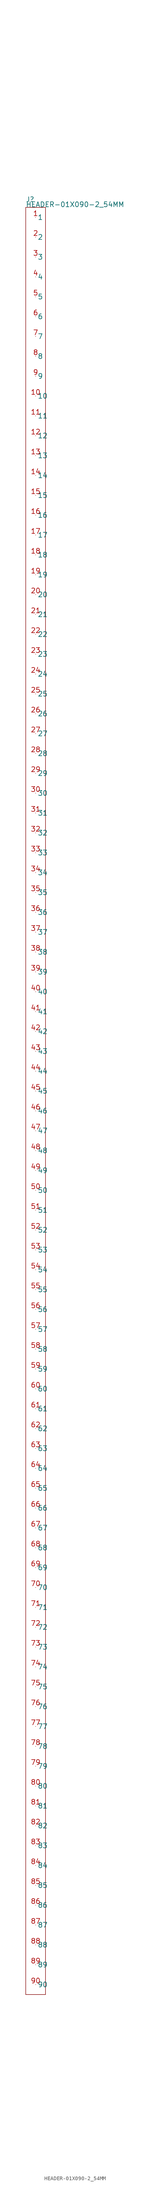
<source format=kicad_sym>
(kicad_symbol_lib
  (version 20211014)
  (generator kicad_symbol_editor)
  (symbol "HEADER-01X090-2_54MM"
    (pin_names)
    (property "Reference" "J"
      (at -2.54 229.87 0)
      (effects (font (size 1.27 1.27)) (justify left bottom)))
    (property "Value" "HEADER-01X090-2_54MM"
      (at -2.54 228.6 0)
      (effects (font (size 1.27 1.27)) (justify left bottom)))
    (property "Datasheet" ""
      (at 0 0 0))
    (property "ki_description" "Header 1x90  - Header Vertical 90POS 2.54MM Technical Specifications: Pitch: 0.1\" (2.54mm) "
      (at 0 0 0))
    (property "ki_fp_filters" "FlashPCB_Connectors:HEADER-THT-01X090-2_54MM FlashPCB_Connectors:HEADER-THT-LONG-01X090-2_54MM FlashPCB_Connectors:HEADER-THT-NOSILK-01X090-2_54MM FlashPCB_Connectors:HEADER-THT-LONG-NOSILK-01X090-2_54MM"
      (at 0 0 0))
    (symbol "HEADER-01X090-2_54MM_1_1"
      (polyline (pts (xy -2.54 228.6) (xy 2.54 228.6)) (stroke (width 0.127)) (fill (type none)))
      (polyline (pts (xy 2.54 228.6) (xy 2.54 -228.6)) (stroke (width 0.127)) (fill (type none)))
      (polyline (pts (xy 2.54 -228.6) (xy -2.54 -228.6)) (stroke (width 0.127)) (fill (type none)))
      (polyline (pts (xy -2.54 -228.6) (xy -2.54 228.6)) (stroke (width 0.127)) (fill (type none)))
      (pin bidirectional line (at 0 226.06 0) (length 0) (name "1" (effects (font (size 1.27 1.27)))) (number "1" (effects (font (size 1.27 1.27)))))
      (pin bidirectional line (at 0 220.98 0) (length 0) (name "2" (effects (font (size 1.27 1.27)))) (number "2" (effects (font (size 1.27 1.27)))))
      (pin bidirectional line (at 0 215.9 0) (length 0) (name "3" (effects (font (size 1.27 1.27)))) (number "3" (effects (font (size 1.27 1.27)))))
      (pin bidirectional line (at 0 210.82 0) (length 0) (name "4" (effects (font (size 1.27 1.27)))) (number "4" (effects (font (size 1.27 1.27)))))
      (pin bidirectional line (at 0 205.74 0) (length 0) (name "5" (effects (font (size 1.27 1.27)))) (number "5" (effects (font (size 1.27 1.27)))))
      (pin bidirectional line (at 0 200.66 0) (length 0) (name "6" (effects (font (size 1.27 1.27)))) (number "6" (effects (font (size 1.27 1.27)))))
      (pin bidirectional line (at 0 195.58 0) (length 0) (name "7" (effects (font (size 1.27 1.27)))) (number "7" (effects (font (size 1.27 1.27)))))
      (pin bidirectional line (at 0 190.5 0) (length 0) (name "8" (effects (font (size 1.27 1.27)))) (number "8" (effects (font (size 1.27 1.27)))))
      (pin bidirectional line (at 0 185.42 0) (length 0) (name "9" (effects (font (size 1.27 1.27)))) (number "9" (effects (font (size 1.27 1.27)))))
      (pin bidirectional line (at 0 180.34 0) (length 0) (name "10" (effects (font (size 1.27 1.27)))) (number "10" (effects (font (size 1.27 1.27)))))
      (pin bidirectional line (at 0 175.26 0) (length 0) (name "11" (effects (font (size 1.27 1.27)))) (number "11" (effects (font (size 1.27 1.27)))))
      (pin bidirectional line (at 0 170.18 0) (length 0) (name "12" (effects (font (size 1.27 1.27)))) (number "12" (effects (font (size 1.27 1.27)))))
      (pin bidirectional line (at 0 165.1 0) (length 0) (name "13" (effects (font (size 1.27 1.27)))) (number "13" (effects (font (size 1.27 1.27)))))
      (pin bidirectional line (at 0 160.02 0) (length 0) (name "14" (effects (font (size 1.27 1.27)))) (number "14" (effects (font (size 1.27 1.27)))))
      (pin bidirectional line (at 0 154.94 0) (length 0) (name "15" (effects (font (size 1.27 1.27)))) (number "15" (effects (font (size 1.27 1.27)))))
      (pin bidirectional line (at 0 149.86 0) (length 0) (name "16" (effects (font (size 1.27 1.27)))) (number "16" (effects (font (size 1.27 1.27)))))
      (pin bidirectional line (at 0 144.78 0) (length 0) (name "17" (effects (font (size 1.27 1.27)))) (number "17" (effects (font (size 1.27 1.27)))))
      (pin bidirectional line (at 0 139.7 0) (length 0) (name "18" (effects (font (size 1.27 1.27)))) (number "18" (effects (font (size 1.27 1.27)))))
      (pin bidirectional line (at 0 134.62 0) (length 0) (name "19" (effects (font (size 1.27 1.27)))) (number "19" (effects (font (size 1.27 1.27)))))
      (pin bidirectional line (at 0 129.54 0) (length 0) (name "20" (effects (font (size 1.27 1.27)))) (number "20" (effects (font (size 1.27 1.27)))))
      (pin bidirectional line (at 0 124.46 0) (length 0) (name "21" (effects (font (size 1.27 1.27)))) (number "21" (effects (font (size 1.27 1.27)))))
      (pin bidirectional line (at 0 119.38 0) (length 0) (name "22" (effects (font (size 1.27 1.27)))) (number "22" (effects (font (size 1.27 1.27)))))
      (pin bidirectional line (at 0 114.3 0) (length 0) (name "23" (effects (font (size 1.27 1.27)))) (number "23" (effects (font (size 1.27 1.27)))))
      (pin bidirectional line (at 0 109.22 0) (length 0) (name "24" (effects (font (size 1.27 1.27)))) (number "24" (effects (font (size 1.27 1.27)))))
      (pin bidirectional line (at 0 104.14 0) (length 0) (name "25" (effects (font (size 1.27 1.27)))) (number "25" (effects (font (size 1.27 1.27)))))
      (pin bidirectional line (at 0 99.06 0) (length 0) (name "26" (effects (font (size 1.27 1.27)))) (number "26" (effects (font (size 1.27 1.27)))))
      (pin bidirectional line (at 0 93.98 0) (length 0) (name "27" (effects (font (size 1.27 1.27)))) (number "27" (effects (font (size 1.27 1.27)))))
      (pin bidirectional line (at 0 88.9 0) (length 0) (name "28" (effects (font (size 1.27 1.27)))) (number "28" (effects (font (size 1.27 1.27)))))
      (pin bidirectional line (at 0 83.82 0) (length 0) (name "29" (effects (font (size 1.27 1.27)))) (number "29" (effects (font (size 1.27 1.27)))))
      (pin bidirectional line (at 0 78.74 0) (length 0) (name "30" (effects (font (size 1.27 1.27)))) (number "30" (effects (font (size 1.27 1.27)))))
      (pin bidirectional line (at 0 73.66 0) (length 0) (name "31" (effects (font (size 1.27 1.27)))) (number "31" (effects (font (size 1.27 1.27)))))
      (pin bidirectional line (at 0 68.58 0) (length 0) (name "32" (effects (font (size 1.27 1.27)))) (number "32" (effects (font (size 1.27 1.27)))))
      (pin bidirectional line (at 0 63.5 0) (length 0) (name "33" (effects (font (size 1.27 1.27)))) (number "33" (effects (font (size 1.27 1.27)))))
      (pin bidirectional line (at 0 58.42 0) (length 0) (name "34" (effects (font (size 1.27 1.27)))) (number "34" (effects (font (size 1.27 1.27)))))
      (pin bidirectional line (at 0 53.34 0) (length 0) (name "35" (effects (font (size 1.27 1.27)))) (number "35" (effects (font (size 1.27 1.27)))))
      (pin bidirectional line (at 0 48.26 0) (length 0) (name "36" (effects (font (size 1.27 1.27)))) (number "36" (effects (font (size 1.27 1.27)))))
      (pin bidirectional line (at 0 43.18 0) (length 0) (name "37" (effects (font (size 1.27 1.27)))) (number "37" (effects (font (size 1.27 1.27)))))
      (pin bidirectional line (at 0 38.1 0) (length 0) (name "38" (effects (font (size 1.27 1.27)))) (number "38" (effects (font (size 1.27 1.27)))))
      (pin bidirectional line (at 0 33.02 0) (length 0) (name "39" (effects (font (size 1.27 1.27)))) (number "39" (effects (font (size 1.27 1.27)))))
      (pin bidirectional line (at 0 27.94 0) (length 0) (name "40" (effects (font (size 1.27 1.27)))) (number "40" (effects (font (size 1.27 1.27)))))
      (pin bidirectional line (at 0 22.86 0) (length 0) (name "41" (effects (font (size 1.27 1.27)))) (number "41" (effects (font (size 1.27 1.27)))))
      (pin bidirectional line (at 0 17.78 0) (length 0) (name "42" (effects (font (size 1.27 1.27)))) (number "42" (effects (font (size 1.27 1.27)))))
      (pin bidirectional line (at 0 12.7 0) (length 0) (name "43" (effects (font (size 1.27 1.27)))) (number "43" (effects (font (size 1.27 1.27)))))
      (pin bidirectional line (at 0 7.62 0) (length 0) (name "44" (effects (font (size 1.27 1.27)))) (number "44" (effects (font (size 1.27 1.27)))))
      (pin bidirectional line (at 0 2.54 0) (length 0) (name "45" (effects (font (size 1.27 1.27)))) (number "45" (effects (font (size 1.27 1.27)))))
      (pin bidirectional line (at 0 -2.54 0) (length 0) (name "46" (effects (font (size 1.27 1.27)))) (number "46" (effects (font (size 1.27 1.27)))))
      (pin bidirectional line (at 0 -7.62 0) (length 0) (name "47" (effects (font (size 1.27 1.27)))) (number "47" (effects (font (size 1.27 1.27)))))
      (pin bidirectional line (at 0 -12.7 0) (length 0) (name "48" (effects (font (size 1.27 1.27)))) (number "48" (effects (font (size 1.27 1.27)))))
      (pin bidirectional line (at 0 -17.78 0) (length 0) (name "49" (effects (font (size 1.27 1.27)))) (number "49" (effects (font (size 1.27 1.27)))))
      (pin bidirectional line (at 0 -22.86 0) (length 0) (name "50" (effects (font (size 1.27 1.27)))) (number "50" (effects (font (size 1.27 1.27)))))
      (pin bidirectional line (at 0 -27.94 0) (length 0) (name "51" (effects (font (size 1.27 1.27)))) (number "51" (effects (font (size 1.27 1.27)))))
      (pin bidirectional line (at 0 -33.02 0) (length 0) (name "52" (effects (font (size 1.27 1.27)))) (number "52" (effects (font (size 1.27 1.27)))))
      (pin bidirectional line (at 0 -38.1 0) (length 0) (name "53" (effects (font (size 1.27 1.27)))) (number "53" (effects (font (size 1.27 1.27)))))
      (pin bidirectional line (at 0 -43.18 0) (length 0) (name "54" (effects (font (size 1.27 1.27)))) (number "54" (effects (font (size 1.27 1.27)))))
      (pin bidirectional line (at 0 -48.26 0) (length 0) (name "55" (effects (font (size 1.27 1.27)))) (number "55" (effects (font (size 1.27 1.27)))))
      (pin bidirectional line (at 0 -53.34 0) (length 0) (name "56" (effects (font (size 1.27 1.27)))) (number "56" (effects (font (size 1.27 1.27)))))
      (pin bidirectional line (at 0 -58.42 0) (length 0) (name "57" (effects (font (size 1.27 1.27)))) (number "57" (effects (font (size 1.27 1.27)))))
      (pin bidirectional line (at 0 -63.5 0) (length 0) (name "58" (effects (font (size 1.27 1.27)))) (number "58" (effects (font (size 1.27 1.27)))))
      (pin bidirectional line (at 0 -68.58 0) (length 0) (name "59" (effects (font (size 1.27 1.27)))) (number "59" (effects (font (size 1.27 1.27)))))
      (pin bidirectional line (at 0 -73.66 0) (length 0) (name "60" (effects (font (size 1.27 1.27)))) (number "60" (effects (font (size 1.27 1.27)))))
      (pin bidirectional line (at 0 -78.74 0) (length 0) (name "61" (effects (font (size 1.27 1.27)))) (number "61" (effects (font (size 1.27 1.27)))))
      (pin bidirectional line (at 0 -83.82 0) (length 0) (name "62" (effects (font (size 1.27 1.27)))) (number "62" (effects (font (size 1.27 1.27)))))
      (pin bidirectional line (at 0 -88.9 0) (length 0) (name "63" (effects (font (size 1.27 1.27)))) (number "63" (effects (font (size 1.27 1.27)))))
      (pin bidirectional line (at 0 -93.98 0) (length 0) (name "64" (effects (font (size 1.27 1.27)))) (number "64" (effects (font (size 1.27 1.27)))))
      (pin bidirectional line (at 0 -99.06 0) (length 0) (name "65" (effects (font (size 1.27 1.27)))) (number "65" (effects (font (size 1.27 1.27)))))
      (pin bidirectional line (at 0 -104.14 0) (length 0) (name "66" (effects (font (size 1.27 1.27)))) (number "66" (effects (font (size 1.27 1.27)))))
      (pin bidirectional line (at 0 -109.22 0) (length 0) (name "67" (effects (font (size 1.27 1.27)))) (number "67" (effects (font (size 1.27 1.27)))))
      (pin bidirectional line (at 0 -114.3 0) (length 0) (name "68" (effects (font (size 1.27 1.27)))) (number "68" (effects (font (size 1.27 1.27)))))
      (pin bidirectional line (at 0 -119.38 0) (length 0) (name "69" (effects (font (size 1.27 1.27)))) (number "69" (effects (font (size 1.27 1.27)))))
      (pin bidirectional line (at 0 -124.46 0) (length 0) (name "70" (effects (font (size 1.27 1.27)))) (number "70" (effects (font (size 1.27 1.27)))))
      (pin bidirectional line (at 0 -129.54 0) (length 0) (name "71" (effects (font (size 1.27 1.27)))) (number "71" (effects (font (size 1.27 1.27)))))
      (pin bidirectional line (at 0 -134.62 0) (length 0) (name "72" (effects (font (size 1.27 1.27)))) (number "72" (effects (font (size 1.27 1.27)))))
      (pin bidirectional line (at 0 -139.7 0) (length 0) (name "73" (effects (font (size 1.27 1.27)))) (number "73" (effects (font (size 1.27 1.27)))))
      (pin bidirectional line (at 0 -144.78 0) (length 0) (name "74" (effects (font (size 1.27 1.27)))) (number "74" (effects (font (size 1.27 1.27)))))
      (pin bidirectional line (at 0 -149.86 0) (length 0) (name "75" (effects (font (size 1.27 1.27)))) (number "75" (effects (font (size 1.27 1.27)))))
      (pin bidirectional line (at 0 -154.94 0) (length 0) (name "76" (effects (font (size 1.27 1.27)))) (number "76" (effects (font (size 1.27 1.27)))))
      (pin bidirectional line (at 0 -160.02 0) (length 0) (name "77" (effects (font (size 1.27 1.27)))) (number "77" (effects (font (size 1.27 1.27)))))
      (pin bidirectional line (at 0 -165.1 0) (length 0) (name "78" (effects (font (size 1.27 1.27)))) (number "78" (effects (font (size 1.27 1.27)))))
      (pin bidirectional line (at 0 -170.18 0) (length 0) (name "79" (effects (font (size 1.27 1.27)))) (number "79" (effects (font (size 1.27 1.27)))))
      (pin bidirectional line (at 0 -175.26 0) (length 0) (name "80" (effects (font (size 1.27 1.27)))) (number "80" (effects (font (size 1.27 1.27)))))
      (pin bidirectional line (at 0 -180.34 0) (length 0) (name "81" (effects (font (size 1.27 1.27)))) (number "81" (effects (font (size 1.27 1.27)))))
      (pin bidirectional line (at 0 -185.42 0) (length 0) (name "82" (effects (font (size 1.27 1.27)))) (number "82" (effects (font (size 1.27 1.27)))))
      (pin bidirectional line (at 0 -190.5 0) (length 0) (name "83" (effects (font (size 1.27 1.27)))) (number "83" (effects (font (size 1.27 1.27)))))
      (pin bidirectional line (at 0 -195.58 0) (length 0) (name "84" (effects (font (size 1.27 1.27)))) (number "84" (effects (font (size 1.27 1.27)))))
      (pin bidirectional line (at 0 -200.66 0) (length 0) (name "85" (effects (font (size 1.27 1.27)))) (number "85" (effects (font (size 1.27 1.27)))))
      (pin bidirectional line (at 0 -205.74 0) (length 0) (name "86" (effects (font (size 1.27 1.27)))) (number "86" (effects (font (size 1.27 1.27)))))
      (pin bidirectional line (at 0 -210.82 0) (length 0) (name "87" (effects (font (size 1.27 1.27)))) (number "87" (effects (font (size 1.27 1.27)))))
      (pin bidirectional line (at 0 -215.9 0) (length 0) (name "88" (effects (font (size 1.27 1.27)))) (number "88" (effects (font (size 1.27 1.27)))))
      (pin bidirectional line (at 0 -220.98 0) (length 0) (name "89" (effects (font (size 1.27 1.27)))) (number "89" (effects (font (size 1.27 1.27)))))
      (pin bidirectional line (at 0 -226.06 0) (length 0) (name "90" (effects (font (size 1.27 1.27)))) (number "90" (effects (font (size 1.27 1.27))))))))
</source>
